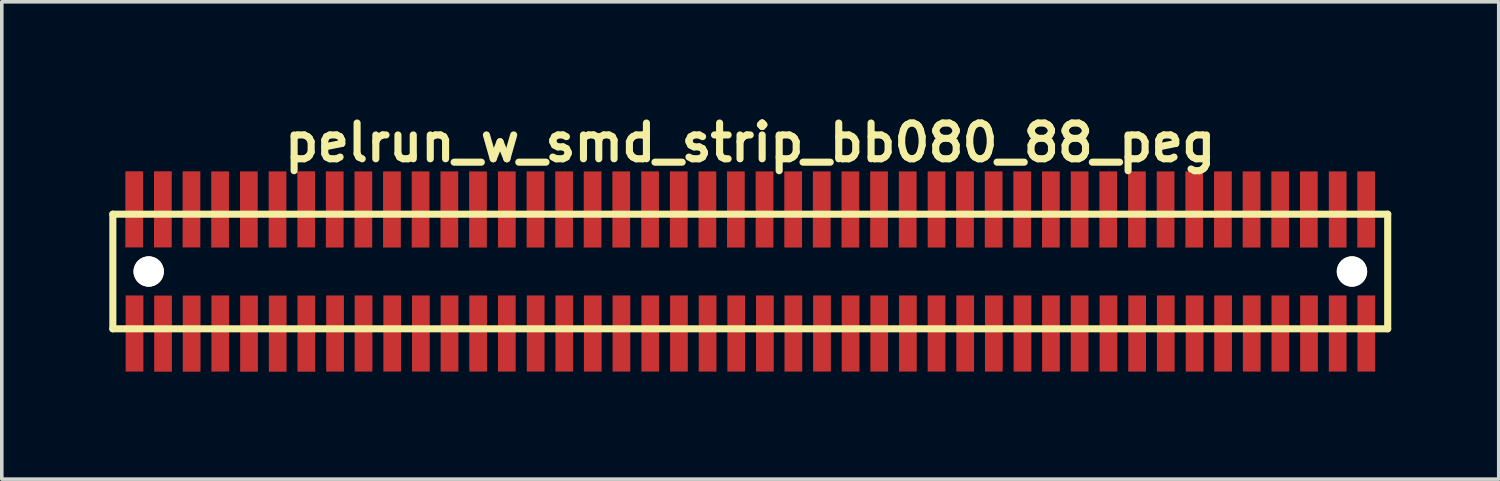
<source format=kicad_pcb>
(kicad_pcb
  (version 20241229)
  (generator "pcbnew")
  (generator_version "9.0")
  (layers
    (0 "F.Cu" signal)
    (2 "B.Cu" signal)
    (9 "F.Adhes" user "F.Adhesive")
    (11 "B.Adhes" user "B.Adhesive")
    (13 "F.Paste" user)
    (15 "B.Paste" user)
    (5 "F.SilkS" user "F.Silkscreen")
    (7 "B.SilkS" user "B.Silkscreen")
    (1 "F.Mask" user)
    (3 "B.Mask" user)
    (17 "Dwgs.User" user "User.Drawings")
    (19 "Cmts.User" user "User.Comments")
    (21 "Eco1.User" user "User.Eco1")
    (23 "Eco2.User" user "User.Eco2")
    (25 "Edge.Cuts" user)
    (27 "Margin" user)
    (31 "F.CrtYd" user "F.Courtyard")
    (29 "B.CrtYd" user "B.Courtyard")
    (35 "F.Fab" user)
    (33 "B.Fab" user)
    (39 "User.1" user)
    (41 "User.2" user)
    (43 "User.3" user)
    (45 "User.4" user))
  (footprint "pelrun_w_smd_strip_bb080_88_peg"
    (layer "F.Cu")
    (at 17.899 4.531)
    (property "Reference" "pelrun_w_smd_strip_bb080_88_peg" (at 0 -3.599 0) (layer "F.SilkS") (effects (font (size 0.998 0.998) (thickness 0.198))))
    (attr through_hole)
    (fp_line (start -17.8 -1.6) (end 17.8 -1.6) (stroke (width 0.198) (type solid)) (layer "F.SilkS"))
    (fp_line (start -17.798 -1.6) (end -17.798 1.6) (stroke (width 0.198) (type solid)) (layer "F.SilkS"))
    (fp_line (start 17.8 1.6) (end -17.8 1.6) (stroke (width 0.198) (type solid)) (layer "F.SilkS"))
    (fp_line (start 17.8 1.6) (end 17.8 -1.6) (stroke (width 0.198) (type solid)) (layer "F.SilkS"))
    (pad "" np_thru_hole circle (at -16.797 0) (size 0.848 0.848) (drill 0.848) (layers "*.Cu" "*.Mask" "F.SilkS"))
    (pad "" np_thru_hole circle (at 16.802 0) (size 0.848 0.848) (drill 0.848) (layers "*.Cu" "*.Mask" "F.SilkS"))
    (pad "1" smd rect (at -17.193 1.732) (size 0.495 2.126) (layers "F.Cu" "F.Mask" "F.Paste"))
    (pad "2" smd rect (at -17.201 -1.735) (size 0.495 2.126) (layers "F.Cu" "F.Mask" "F.Paste"))
    (pad "3" smd rect (at -16.396 1.735) (size 0.495 2.126) (layers "F.Cu" "F.Mask" "F.Paste"))
    (pad "4" smd rect (at -16.401 -1.735) (size 0.495 2.126) (layers "F.Cu" "F.Mask" "F.Paste"))
    (pad "5" smd rect (at -15.598 1.735) (size 0.495 2.126) (layers "F.Cu" "F.Mask" "F.Paste"))
    (pad "6" smd rect (at -15.603 -1.735) (size 0.495 2.126) (layers "F.Cu" "F.Mask" "F.Paste"))
    (pad "7" smd rect (at -14.798 1.732) (size 0.495 2.126) (layers "F.Cu" "F.Mask" "F.Paste"))
    (pad "8" smd rect (at -14.803 -1.732) (size 0.495 2.126) (layers "F.Cu" "F.Mask" "F.Paste"))
    (pad "9" smd rect (at -13.995 1.735) (size 0.495 2.126) (layers "F.Cu" "F.Mask" "F.Paste"))
    (pad "10" smd rect (at -14 -1.732) (size 0.495 2.126) (layers "F.Cu" "F.Mask" "F.Paste"))
    (pad "11" smd rect (at -13.195 1.735) (size 0.495 2.126) (layers "F.Cu" "F.Mask" "F.Paste"))
    (pad "12" smd rect (at -13.2 -1.732) (size 0.495 2.126) (layers "F.Cu" "F.Mask" "F.Paste"))
    (pad "13" smd rect (at -12.395 1.735) (size 0.495 2.126) (layers "F.Cu" "F.Mask" "F.Paste"))
    (pad "14" smd rect (at -12.398 -1.735) (size 0.495 2.126) (layers "F.Cu" "F.Mask" "F.Paste"))
    (pad "15" smd rect (at -11.593 1.732) (size 0.495 2.126) (layers "F.Cu" "F.Mask" "F.Paste"))
    (pad "16" smd rect (at -11.603 -1.732) (size 0.495 2.126) (layers "F.Cu" "F.Mask" "F.Paste"))
    (pad "17" smd rect (at -10.798 1.732) (size 0.495 2.126) (layers "F.Cu" "F.Mask" "F.Paste"))
    (pad "18" smd rect (at -10.803 -1.732) (size 0.495 2.126) (layers "F.Cu" "F.Mask" "F.Paste"))
    (pad "19" smd rect (at -9.997 1.732) (size 0.495 2.126) (layers "F.Cu" "F.Mask" "F.Paste"))
    (pad "20" smd rect (at -10.005 -1.732) (size 0.495 2.126) (layers "F.Cu" "F.Mask" "F.Paste"))
    (pad "21" smd rect (at -9.197 1.732) (size 0.495 2.126) (layers "F.Cu" "F.Mask" "F.Paste"))
    (pad "22" smd rect (at -9.205 -1.732) (size 0.495 2.126) (layers "F.Cu" "F.Mask" "F.Paste"))
    (pad "23" smd rect (at -8.397 1.732) (size 0.495 2.126) (layers "F.Cu" "F.Mask" "F.Paste"))
    (pad "24" smd rect (at -8.402 -1.732) (size 0.495 2.126) (layers "F.Cu" "F.Mask" "F.Paste"))
    (pad "25" smd rect (at -7.597 1.732) (size 0.495 2.126) (layers "F.Cu" "F.Mask" "F.Paste"))
    (pad "26" smd rect (at -7.602 -1.732) (size 0.495 2.126) (layers "F.Cu" "F.Mask" "F.Paste"))
    (pad "27" smd rect (at -6.797 1.732) (size 0.495 2.126) (layers "F.Cu" "F.Mask" "F.Paste"))
    (pad "28" smd rect (at -6.797 -1.732) (size 0.495 2.126) (layers "F.Cu" "F.Mask" "F.Paste"))
    (pad "29" smd rect (at -5.992 1.732) (size 0.495 2.126) (layers "F.Cu" "F.Mask" "F.Paste"))
    (pad "30" smd rect (at -5.997 -1.732) (size 0.495 2.126) (layers "F.Cu" "F.Mask" "F.Paste"))
    (pad "31" smd rect (at -5.192 1.732) (size 0.495 2.126) (layers "F.Cu" "F.Mask" "F.Paste"))
    (pad "32" smd rect (at -5.197 -1.732) (size 0.495 2.126) (layers "F.Cu" "F.Mask" "F.Paste"))
    (pad "33" smd rect (at -4.397 1.732) (size 0.495 2.126) (layers "F.Cu" "F.Mask" "F.Paste"))
    (pad "34" smd rect (at -4.402 -1.732) (size 0.495 2.126) (layers "F.Cu" "F.Mask" "F.Paste"))
    (pad "35" smd rect (at -3.597 1.732) (size 0.495 2.126) (layers "F.Cu" "F.Mask" "F.Paste"))
    (pad "36" smd rect (at -3.602 -1.732) (size 0.495 2.126) (layers "F.Cu" "F.Mask" "F.Paste"))
    (pad "37" smd rect (at -2.791 1.732) (size 0.495 2.126) (layers "F.Cu" "F.Mask" "F.Paste"))
    (pad "38" smd rect (at -2.797 -1.732) (size 0.495 2.126) (layers "F.Cu" "F.Mask" "F.Paste"))
    (pad "39" smd rect (at -1.991 1.732) (size 0.495 2.126) (layers "F.Cu" "F.Mask" "F.Paste"))
    (pad "40" smd rect (at -1.996 -1.732) (size 0.495 2.126) (layers "F.Cu" "F.Mask" "F.Paste"))
    (pad "41" smd rect (at -1.191 1.732) (size 0.495 2.126) (layers "F.Cu" "F.Mask" "F.Paste"))
    (pad "42" smd rect (at -1.196 -1.732) (size 0.495 2.126) (layers "F.Cu" "F.Mask" "F.Paste"))
    (pad "43" smd rect (at -0.391 1.732) (size 0.495 2.126) (layers "F.Cu" "F.Mask" "F.Paste"))
    (pad "44" smd rect (at -0.401 -1.732) (size 0.495 2.126) (layers "F.Cu" "F.Mask" "F.Paste"))
    (pad "45" smd rect (at 0.409 1.732) (size 0.495 2.126) (layers "F.Cu" "F.Mask" "F.Paste"))
    (pad "46" smd rect (at 0.399 -1.732) (size 0.495 2.126) (layers "F.Cu" "F.Mask" "F.Paste"))
    (pad "47" smd rect (at 1.204 1.732) (size 0.495 2.126) (layers "F.Cu" "F.Mask" "F.Paste"))
    (pad "48" smd rect (at 1.199 -1.732) (size 0.495 2.126) (layers "F.Cu" "F.Mask" "F.Paste"))
    (pad "49" smd rect (at 2.004 1.732) (size 0.495 2.126) (layers "F.Cu" "F.Mask" "F.Paste"))
    (pad "50" smd rect (at 1.996 -1.732) (size 0.495 2.126) (layers "F.Cu" "F.Mask" "F.Paste"))
    (pad "51" smd rect (at 2.802 1.732) (size 0.495 2.126) (layers "F.Cu" "F.Mask" "F.Paste"))
    (pad "52" smd rect (at 2.797 -1.732) (size 0.495 2.126) (layers "F.Cu" "F.Mask" "F.Paste"))
    (pad "53" smd rect (at 3.602 1.732) (size 0.495 2.126) (layers "F.Cu" "F.Mask" "F.Paste"))
    (pad "54" smd rect (at 3.597 -1.732) (size 0.495 2.126) (layers "F.Cu" "F.Mask" "F.Paste"))
    (pad "55" smd rect (at 4.402 1.732) (size 0.495 2.126) (layers "F.Cu" "F.Mask" "F.Paste"))
    (pad "56" smd rect (at 4.397 -1.732) (size 0.495 2.126) (layers "F.Cu" "F.Mask" "F.Paste"))
    (pad "57" smd rect (at 5.202 1.732) (size 0.495 2.126) (layers "F.Cu" "F.Mask" "F.Paste"))
    (pad "58" smd rect (at 5.202 -1.732) (size 0.495 2.126) (layers "F.Cu" "F.Mask" "F.Paste"))
    (pad "59" smd rect (at 6.002 1.732) (size 0.495 2.126) (layers "F.Cu" "F.Mask" "F.Paste"))
    (pad "60" smd rect (at 5.997 -1.732) (size 0.495 2.126) (layers "F.Cu" "F.Mask" "F.Paste"))
    (pad "61" smd rect (at 6.802 1.732) (size 0.495 2.126) (layers "F.Cu" "F.Mask" "F.Paste"))
    (pad "62" smd rect (at 6.797 -1.732) (size 0.495 2.126) (layers "F.Cu" "F.Mask" "F.Paste"))
    (pad "63" smd rect (at 7.602 1.732) (size 0.495 2.126) (layers "F.Cu" "F.Mask" "F.Paste"))
    (pad "64" smd rect (at 7.595 -1.732) (size 0.495 2.126) (layers "F.Cu" "F.Mask" "F.Paste"))
    (pad "65" smd rect (at 8.397 1.732) (size 0.495 2.126) (layers "F.Cu" "F.Mask" "F.Paste"))
    (pad "66" smd rect (at 8.395 -1.732) (size 0.495 2.126) (layers "F.Cu" "F.Mask" "F.Paste"))
    (pad "67" smd rect (at 9.197 1.732) (size 0.495 2.126) (layers "F.Cu" "F.Mask" "F.Paste"))
    (pad "68" smd rect (at 9.197 -1.732) (size 0.495 2.126) (layers "F.Cu" "F.Mask" "F.Paste"))
    (pad "69" smd rect (at 10.003 1.732) (size 0.495 2.126) (layers "F.Cu" "F.Mask" "F.Paste"))
    (pad "70" smd rect (at 9.997 -1.732) (size 0.495 2.126) (layers "F.Cu" "F.Mask" "F.Paste"))
    (pad "71" smd rect (at 10.803 1.732) (size 0.495 2.126) (layers "F.Cu" "F.Mask" "F.Paste"))
    (pad "72" smd rect (at 10.798 -1.732) (size 0.495 2.126) (layers "F.Cu" "F.Mask" "F.Paste"))
    (pad "73" smd rect (at 11.603 1.732) (size 0.495 2.126) (layers "F.Cu" "F.Mask" "F.Paste"))
    (pad "74" smd rect (at 11.598 -1.732) (size 0.495 2.126) (layers "F.Cu" "F.Mask" "F.Paste"))
    (pad "75" smd rect (at 12.408 1.732) (size 0.495 2.126) (layers "F.Cu" "F.Mask" "F.Paste"))
    (pad "76" smd rect (at 12.398 -1.732) (size 0.495 2.126) (layers "F.Cu" "F.Mask" "F.Paste"))
    (pad "77" smd rect (at 13.203 1.732) (size 0.495 2.126) (layers "F.Cu" "F.Mask" "F.Paste"))
    (pad "78" smd rect (at 13.198 -1.732) (size 0.495 2.126) (layers "F.Cu" "F.Mask" "F.Paste"))
    (pad "79" smd rect (at 14.003 1.732) (size 0.495 2.126) (layers "F.Cu" "F.Mask" "F.Paste"))
    (pad "80" smd rect (at 13.998 -1.732) (size 0.495 2.126) (layers "F.Cu" "F.Mask" "F.Paste"))
    (pad "81" smd rect (at 14.803 1.732) (size 0.495 2.126) (layers "F.Cu" "F.Mask" "F.Paste"))
    (pad "82" smd rect (at 14.798 -1.732) (size 0.495 2.126) (layers "F.Cu" "F.Mask" "F.Paste"))
    (pad "83" smd rect (at 15.603 1.732) (size 0.495 2.126) (layers "F.Cu" "F.Mask" "F.Paste"))
    (pad "84" smd rect (at 15.598 -1.732) (size 0.495 2.126) (layers "F.Cu" "F.Mask" "F.Paste"))
    (pad "85" smd rect (at 16.403 1.732) (size 0.495 2.126) (layers "F.Cu" "F.Mask" "F.Paste"))
    (pad "86" smd rect (at 16.403 -1.732) (size 0.495 2.126) (layers "F.Cu" "F.Mask" "F.Paste"))
    (pad "87" smd rect (at 17.203 1.732) (size 0.495 2.126) (layers "F.Cu" "F.Mask" "F.Paste"))
    (pad "88" smd rect (at 17.198 -1.732) (size 0.495 2.126) (layers "F.Cu" "F.Mask" "F.Paste")))
  (gr_rect
    (start -3 -3)
    (end 38.799 10.329)
    (stroke (width 0.1) (type default))
    (fill no)
    (layer "Edge.Cuts")))
</source>
